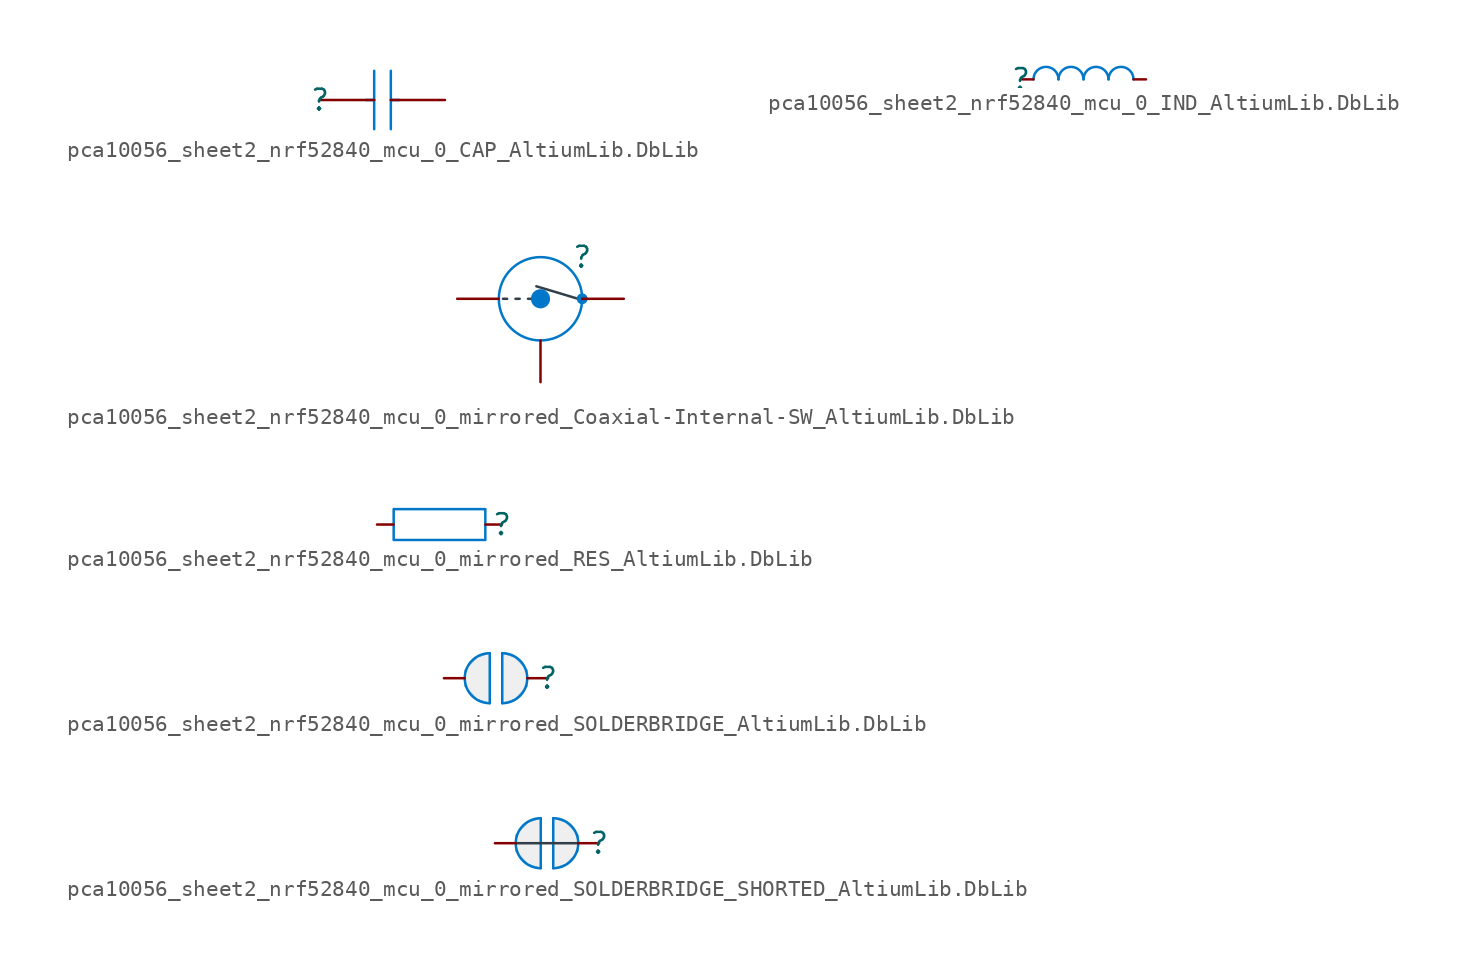
<source format=kicad_sym>
(kicad_symbol_lib
  (version 20241209)
  (generator "kicad_symbol_editor")
  (generator_version "9.0")
  (symbol "pca10056_sheet2_nrf52840_mcu_0_CAP_AltiumLib.DbLib"
    (pin_numbers
      (hide yes))
    (pin_names
      (hide yes))
    (property "Reference" ""
      (at 0 0 0)
      (effects (font (size 1.27 1.27))))
    (property "Value" ""
      (at 0 0 0)
      (effects (font (size 1.27 1.27))))
    (symbol "pca10056_sheet2_nrf52840_mcu_0_CAP_AltiumLib.DbLib_1_0"
      (polyline (pts (xy 3.302 0) (xy 2.794 0)) (stroke (width 0) (type solid) (color 0 119 200 1)) (fill (type none)))
      (polyline (pts (xy 3.302 -1.778) (xy 3.302 1.778)) (stroke (width 0) (type solid) (color 0 119 200 1)) (fill (type none)))
      (polyline (pts (xy 4.318 0) (xy 4.826 0)) (stroke (width 0) (type solid) (color 0 119 200 1)) (fill (type none)))
      (polyline (pts (xy 4.318 -1.778) (xy 4.318 1.778)) (stroke (width 0) (type solid) (color 0 119 200 1)) (fill (type none)))
      (pin passive line (at 0 0 0) (length 3.302) (name "1" (effects (font (size 1.27 1.27)))) (number "1" (effects (font (size 1.27 1.27)))))
      (pin passive line (at 7.62 0 180) (length 3.302) (name "2" (effects (font (size 1.27 1.27)))) (number "2" (effects (font (size 1.27 1.27)))))))
  (symbol "pca10056_sheet2_nrf52840_mcu_0_IND_AltiumLib.DbLib"
    (pin_numbers
      (hide yes))
    (pin_names
      (hide yes))
    (property "Reference" ""
      (at 0 0 0)
      (effects (font (size 1.27 1.27))))
    (property "Value" ""
      (at 0 0 0)
      (effects (font (size 1.27 1.27))))
    (symbol "pca10056_sheet2_nrf52840_mcu_0_IND_AltiumLib.DbLib_1_0"
      (arc (start 0.762 0) (mid 1.524 0.762) (end 2.286 0) (stroke (width 0) (type solid) (color 0 119 200 1)) (fill (type none)))
      (arc (start 2.286 0) (mid 3.048 0.762) (end 3.81 0) (stroke (width 0) (type solid) (color 0 119 200 1)) (fill (type none)))
      (arc (start 3.81 0) (mid 4.572 0.762) (end 5.334 0) (stroke (width 0) (type solid) (color 0 119 200 1)) (fill (type none)))
      (arc (start 5.334 0) (mid 6.096 0.762) (end 6.858 0) (stroke (width 0) (type solid) (color 0 119 200 1)) (fill (type none)))
      (pin passive line (at 0 0 0) (length 0.762) (name "1" (effects (font (size 1.27 1.27)))) (number "1" (effects (font (size 1.27 1.27)))))
      (pin passive line (at 7.62 0 180) (length 0.762) (name "2" (effects (font (size 1.27 1.27)))) (number "2" (effects (font (size 1.27 1.27)))))))
  (symbol "pca10056_sheet2_nrf52840_mcu_0_mirrored_Coaxial-Internal-SW_AltiumLib.DbLib"
    (pin_numbers
      (hide yes))
    (pin_names
      (hide yes))
    (property "Reference" ""
      (at 0 0 0)
      (effects (font (size 1.27 1.27))))
    (property "Value" ""
      (at 0 0 0)
      (effects (font (size 1.27 1.27))))
    (symbol "pca10056_sheet2_nrf52840_mcu_0_mirrored_Coaxial-Internal-SW_AltiumLib.DbLib_1_0"
      (polyline (pts (xy -4.826 -2.54) (xy -4.572 -2.54)) (stroke (width 0) (type solid) (color 51 63 72 1)) (fill (type none)))
      (polyline (pts (xy -3.81 -2.54) (xy -4.064 -2.54)) (stroke (width 0) (type solid) (color 51 63 72 1)) (fill (type none)))
      (polyline (pts (xy -3.048 -2.54) (xy -3.302 -2.54)) (stroke (width 0) (type solid) (color 51 63 72 1)) (fill (type none)))
      (circle (center -2.54 -2.54) (radius 0.508) (stroke (width 0) (type solid) (color 0 119 200 1)) (fill (type outline)))
      (circle (center -2.54 -2.54) (radius 2.54) (stroke (width 0) (type solid) (color 0 119 200 1)) (fill (type none)))
      (polyline (pts (xy -0.254 -2.54) (xy -2.794 -1.778)) (stroke (width 0) (type solid) (color 51 63 72 1)) (fill (type none)))
      (circle (center 0 -2.54) (radius 0.254) (stroke (width 0) (type solid) (color 0 119 200 1)) (fill (type outline)))
      (pin passive line (at -7.62 -2.54 0) (length 2.54) (name "IN" (effects (font (size 1.27 1.27)))) (number "1" (effects (font (size 1.27 1.27)))))
      (pin passive line (at -2.54 -7.62 90) (length 2.54) (name "Shield" (effects (font (size 1.27 1.27)))) (number "2" (effects (font (size 1.27 1.27)))))
      (pin passive line (at 2.54 -2.54 180) (length 2.54) (name "OUT" (effects (font (size 1.27 1.27)))) (number "3" (effects (font (size 1.27 1.27)))))))
  (symbol "pca10056_sheet2_nrf52840_mcu_0_mirrored_RES_AltiumLib.DbLib"
    (pin_numbers
      (hide yes))
    (pin_names
      (hide yes))
    (property "Reference" ""
      (at 0 0 0)
      (effects (font (size 1.27 1.27))))
    (property "Value" ""
      (at 0 0 0)
      (effects (font (size 1.27 1.27))))
    (symbol "pca10056_sheet2_nrf52840_mcu_0_mirrored_RES_AltiumLib.DbLib_1_0"
      (polyline (pts (xy -6.604 0.94) (xy -1.016 0.94) (xy -1.016 -0.94) (xy -6.604 -0.94) (xy -6.604 0.94)) (stroke (width 0) (type solid) (color 0 119 200 1)) (fill (type none)))
      (pin passive line (at -7.62 0 0) (length 1.016) (name "2" (effects (font (size 1.27 1.27)))) (number "2" (effects (font (size 1.27 1.27)))))
      (pin passive line (at 0 0 180) (length 1.016) (name "1" (effects (font (size 1.27 1.27)))) (number "1" (effects (font (size 1.27 1.27)))))))
  (symbol "pca10056_sheet2_nrf52840_mcu_0_mirrored_SOLDERBRIDGE_AltiumLib.DbLib"
    (pin_numbers
      (hide yes))
    (pin_names
      (hide yes))
    (property "Reference" ""
      (at 0 0 0)
      (effects (font (size 1.27 1.27))))
    (property "Value" ""
      (at 0 0 0)
      (effects (font (size 1.27 1.27))))
    (symbol "pca10056_sheet2_nrf52840_mcu_0_mirrored_SOLDERBRIDGE_AltiumLib.DbLib_1_0"
      (polyline (pts (xy -3.556 1.524) (xy -3.556 -1.524)) (stroke (width 0) (type solid) (color 0 119 200 1)) (fill (type none)))
      (polyline (pts (xy -3.556 1.524) (xy -4.318 1.27) (xy -5.08 0.508) (xy -5.08 -0.508) (xy -4.318 -1.27) (xy -3.556 -1.524) (xy -3.556 1.524)) (stroke (width 0.025) (type solid) (color 0 119 200 1)) (fill (type color) (color 239 239 239 1)))
      (arc (start -3.556 -1.524) (mid -5.08 0) (end -3.556 1.524) (stroke (width 0) (type solid) (color 0 119 200 1)) (fill (type none)))
      (arc (start -2.794 1.524) (mid -1.27 0) (end -2.794 -1.524) (stroke (width 0) (type solid) (color 0 119 200 1)) (fill (type none)))
      (polyline (pts (xy -2.794 -1.524) (xy -2.794 1.524)) (stroke (width 0) (type solid) (color 0 119 200 1)) (fill (type none)))
      (polyline (pts (xy -2.794 -1.524) (xy -2.032 -1.27) (xy -1.27 -0.508) (xy -1.27 0.508) (xy -2.032 1.27) (xy -2.794 1.524) (xy -2.794 -1.524)) (stroke (width 0.025) (type solid) (color 0 119 200 1)) (fill (type color) (color 239 239 239 1)))
      (pin passive line (at -6.35 0 0) (length 1.27) (name "0" (effects (font (size 1.27 1.27)))) (number "1" (effects (font (size 1.27 1.27)))))
      (pin passive line (at 0 0 180) (length 1.27) (name "1" (effects (font (size 1.27 1.27)))) (number "2" (effects (font (size 1.27 1.27)))))))
  (symbol "pca10056_sheet2_nrf52840_mcu_0_mirrored_SOLDERBRIDGE_SHORTED_AltiumLib.DbLib"
    (pin_numbers
      (hide yes))
    (pin_names
      (hide yes))
    (property "Reference" ""
      (at 0 0 0)
      (effects (font (size 1.27 1.27))))
    (property "Value" ""
      (at 0 0 0)
      (effects (font (size 1.27 1.27))))
    (symbol "pca10056_sheet2_nrf52840_mcu_0_mirrored_SOLDERBRIDGE_SHORTED_AltiumLib.DbLib_1_0"
      (polyline (pts (xy -3.556 1.524) (xy -3.556 -1.524)) (stroke (width 0) (type solid) (color 0 119 200 1)) (fill (type none)))
      (polyline (pts (xy -3.556 1.524) (xy -4.318 1.27) (xy -5.08 0.508) (xy -5.08 -0.508) (xy -4.318 -1.27) (xy -3.556 -1.524) (xy -3.556 1.524)) (stroke (width 0.025) (type solid) (color 0 119 200 1)) (fill (type color) (color 239 239 239 1)))
      (arc (start -3.556 -1.524) (mid -5.08 0) (end -3.556 1.524) (stroke (width 0) (type solid) (color 0 119 200 1)) (fill (type none)))
      (arc (start -2.794 1.524) (mid -1.27 0) (end -2.794 -1.524) (stroke (width 0) (type solid) (color 0 119 200 1)) (fill (type none)))
      (polyline (pts (xy -2.794 -1.524) (xy -2.794 1.524)) (stroke (width 0) (type solid) (color 0 119 200 1)) (fill (type none)))
      (polyline (pts (xy -2.794 -1.524) (xy -2.032 -1.27) (xy -1.27 -0.508) (xy -1.27 0.508) (xy -2.032 1.27) (xy -2.794 1.524) (xy -2.794 -1.524)) (stroke (width 0.025) (type solid) (color 0 119 200 1)) (fill (type color) (color 239 239 239 1)))
      (polyline (pts (xy -1.27 0) (xy -5.08 0)) (stroke (width 0) (type solid) (color 51 63 72 1)) (fill (type none)))
      (pin passive line (at -6.35 0 0) (length 1.27) (name "0" (effects (font (size 1.27 1.27)))) (number "1" (effects (font (size 1.27 1.27)))))
      (pin passive line (at 0 0 180) (length 1.27) (name "1" (effects (font (size 1.27 1.27)))) (number "2" (effects (font (size 1.27 1.27))))))))
</source>
